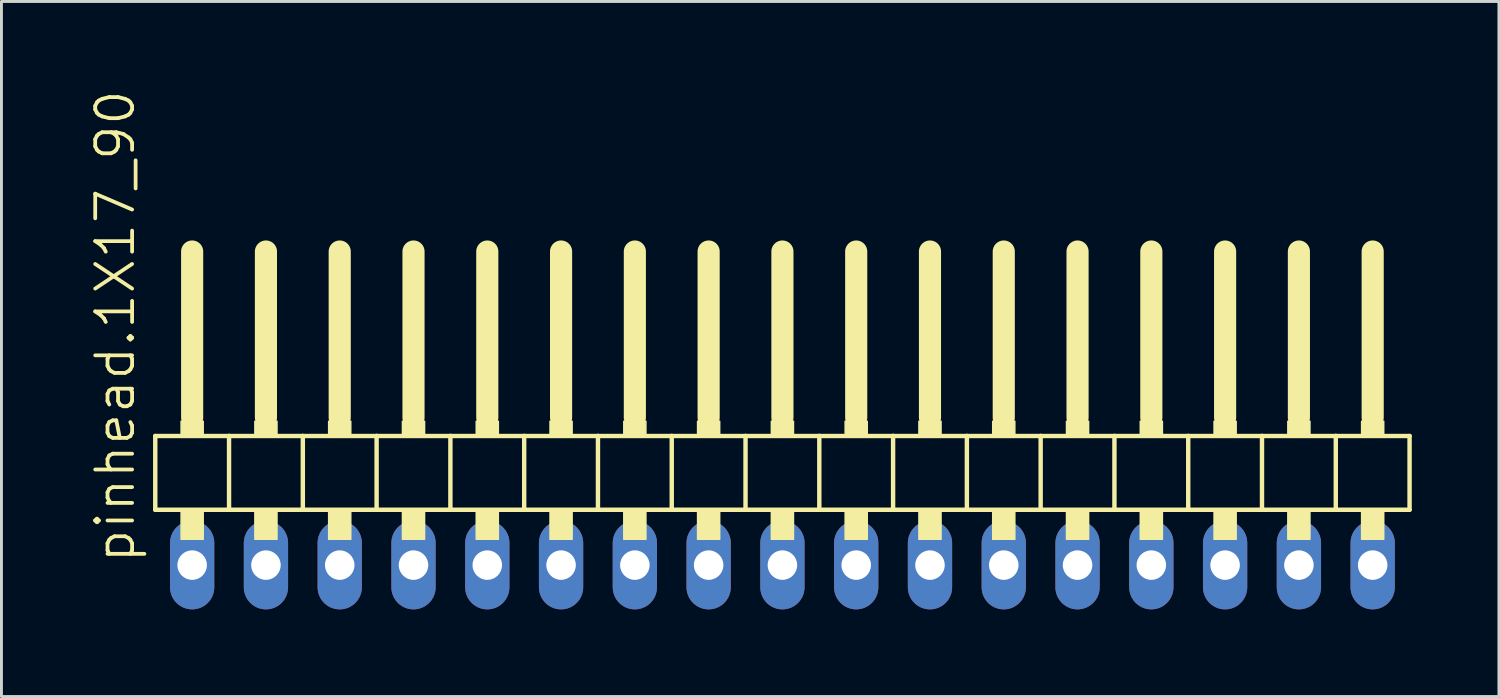
<source format=kicad_pcb>
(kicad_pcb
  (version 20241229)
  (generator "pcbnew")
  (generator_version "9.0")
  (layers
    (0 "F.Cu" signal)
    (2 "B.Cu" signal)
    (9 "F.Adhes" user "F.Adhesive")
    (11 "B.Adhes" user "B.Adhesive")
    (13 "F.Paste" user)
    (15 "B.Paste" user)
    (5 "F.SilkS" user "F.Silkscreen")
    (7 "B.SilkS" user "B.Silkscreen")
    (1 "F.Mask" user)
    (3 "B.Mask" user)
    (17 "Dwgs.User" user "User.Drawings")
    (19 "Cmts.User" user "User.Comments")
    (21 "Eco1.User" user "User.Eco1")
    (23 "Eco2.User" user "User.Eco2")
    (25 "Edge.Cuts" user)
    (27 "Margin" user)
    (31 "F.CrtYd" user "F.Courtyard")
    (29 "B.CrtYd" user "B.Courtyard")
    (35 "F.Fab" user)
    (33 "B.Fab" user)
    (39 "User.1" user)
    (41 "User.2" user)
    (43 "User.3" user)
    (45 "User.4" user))
  (footprint "pinhead.1X17_90"
    (layer "F.Cu")
    (at 23.885 12.594)
    (property "Reference" "pinhead.1X17_90" (at -22.225 3.81 90) (layer "F.SilkS") (effects (font (size 1.27 1.27) (thickness 0.13)) (justify left bottom)))
    (attr through_hole)
    (fp_line (start -21.59 -0.635) (end -21.59 1.905) (stroke (width 0.152) (type default)) (layer "F.SilkS"))
    (fp_line (start -21.59 1.905) (end -19.05 1.905) (stroke (width 0.152) (type default)) (layer "F.SilkS"))
    (fp_line (start -20.32 -6.985) (end -20.32 -1.27) (stroke (width 0.762) (type default)) (layer "F.SilkS"))
    (fp_line (start -19.05 -0.635) (end -21.59 -0.635) (stroke (width 0.152) (type default)) (layer "F.SilkS"))
    (fp_line (start -19.05 1.905) (end -19.05 -0.635) (stroke (width 0.152) (type default)) (layer "F.SilkS"))
    (fp_line (start -19.05 1.905) (end -16.51 1.905) (stroke (width 0.152) (type default)) (layer "F.SilkS"))
    (fp_line (start -17.78 -6.985) (end -17.78 -1.27) (stroke (width 0.762) (type default)) (layer "F.SilkS"))
    (fp_line (start -16.51 -0.635) (end -19.05 -0.635) (stroke (width 0.152) (type default)) (layer "F.SilkS"))
    (fp_line (start -16.51 1.905) (end -16.51 -0.635) (stroke (width 0.152) (type default)) (layer "F.SilkS"))
    (fp_line (start -16.51 1.905) (end -13.97 1.905) (stroke (width 0.152) (type default)) (layer "F.SilkS"))
    (fp_line (start -15.24 -6.985) (end -15.24 -1.27) (stroke (width 0.762) (type default)) (layer "F.SilkS"))
    (fp_line (start -13.97 -0.635) (end -16.51 -0.635) (stroke (width 0.152) (type default)) (layer "F.SilkS"))
    (fp_line (start -13.97 1.905) (end -13.97 -0.635) (stroke (width 0.152) (type default)) (layer "F.SilkS"))
    (fp_line (start -13.97 1.905) (end -11.43 1.905) (stroke (width 0.152) (type default)) (layer "F.SilkS"))
    (fp_line (start -12.7 -6.985) (end -12.7 -1.27) (stroke (width 0.762) (type default)) (layer "F.SilkS"))
    (fp_line (start -11.43 -0.635) (end -13.97 -0.635) (stroke (width 0.152) (type default)) (layer "F.SilkS"))
    (fp_line (start -11.43 1.905) (end -11.43 -0.635) (stroke (width 0.152) (type default)) (layer "F.SilkS"))
    (fp_line (start -11.43 1.905) (end -8.89 1.905) (stroke (width 0.152) (type default)) (layer "F.SilkS"))
    (fp_line (start -10.16 -6.985) (end -10.16 -1.27) (stroke (width 0.762) (type default)) (layer "F.SilkS"))
    (fp_line (start -8.89 -0.635) (end -11.43 -0.635) (stroke (width 0.152) (type default)) (layer "F.SilkS"))
    (fp_line (start -8.89 1.905) (end -8.89 -0.635) (stroke (width 0.152) (type default)) (layer "F.SilkS"))
    (fp_line (start -8.89 1.905) (end -6.35 1.905) (stroke (width 0.152) (type default)) (layer "F.SilkS"))
    (fp_line (start -7.62 -6.985) (end -7.62 -1.27) (stroke (width 0.762) (type default)) (layer "F.SilkS"))
    (fp_line (start -6.35 -0.635) (end -8.89 -0.635) (stroke (width 0.152) (type default)) (layer "F.SilkS"))
    (fp_line (start -6.35 1.905) (end -6.35 -0.635) (stroke (width 0.152) (type default)) (layer "F.SilkS"))
    (fp_line (start -6.35 1.905) (end -3.81 1.905) (stroke (width 0.152) (type default)) (layer "F.SilkS"))
    (fp_line (start -5.08 -6.985) (end -5.08 -1.27) (stroke (width 0.762) (type default)) (layer "F.SilkS"))
    (fp_line (start -3.81 -0.635) (end -6.35 -0.635) (stroke (width 0.152) (type default)) (layer "F.SilkS"))
    (fp_line (start -3.81 1.905) (end -3.81 -0.635) (stroke (width 0.152) (type default)) (layer "F.SilkS"))
    (fp_line (start -3.81 1.905) (end -1.27 1.905) (stroke (width 0.152) (type default)) (layer "F.SilkS"))
    (fp_line (start -2.54 -6.985) (end -2.54 -1.27) (stroke (width 0.762) (type default)) (layer "F.SilkS"))
    (fp_line (start -1.27 -0.635) (end -3.81 -0.635) (stroke (width 0.152) (type default)) (layer "F.SilkS"))
    (fp_line (start -1.27 1.905) (end -1.27 -0.635) (stroke (width 0.152) (type default)) (layer "F.SilkS"))
    (fp_line (start -1.27 1.905) (end 1.27 1.905) (stroke (width 0.152) (type default)) (layer "F.SilkS"))
    (fp_line (start 0 -6.985) (end 0 -1.27) (stroke (width 0.762) (type default)) (layer "F.SilkS"))
    (fp_line (start 1.27 -0.635) (end -1.27 -0.635) (stroke (width 0.152) (type default)) (layer "F.SilkS"))
    (fp_line (start 1.27 1.905) (end 1.27 -0.635) (stroke (width 0.152) (type default)) (layer "F.SilkS"))
    (fp_line (start 1.27 1.905) (end 3.81 1.905) (stroke (width 0.152) (type default)) (layer "F.SilkS"))
    (fp_line (start 2.54 -6.985) (end 2.54 -1.27) (stroke (width 0.762) (type default)) (layer "F.SilkS"))
    (fp_line (start 3.81 -0.635) (end 1.27 -0.635) (stroke (width 0.152) (type default)) (layer "F.SilkS"))
    (fp_line (start 3.81 1.905) (end 3.81 -0.635) (stroke (width 0.152) (type default)) (layer "F.SilkS"))
    (fp_line (start 3.81 1.905) (end 6.35 1.905) (stroke (width 0.152) (type default)) (layer "F.SilkS"))
    (fp_line (start 5.08 -6.985) (end 5.08 -1.27) (stroke (width 0.762) (type default)) (layer "F.SilkS"))
    (fp_line (start 6.35 -0.635) (end 3.81 -0.635) (stroke (width 0.152) (type default)) (layer "F.SilkS"))
    (fp_line (start 6.35 1.905) (end 6.35 -0.635) (stroke (width 0.152) (type default)) (layer "F.SilkS"))
    (fp_line (start 6.35 1.905) (end 8.89 1.905) (stroke (width 0.152) (type default)) (layer "F.SilkS"))
    (fp_line (start 7.62 -6.985) (end 7.62 -1.27) (stroke (width 0.762) (type default)) (layer "F.SilkS"))
    (fp_line (start 8.89 -0.635) (end 6.35 -0.635) (stroke (width 0.152) (type default)) (layer "F.SilkS"))
    (fp_line (start 8.89 1.905) (end 8.89 -0.635) (stroke (width 0.152) (type default)) (layer "F.SilkS"))
    (fp_line (start 8.89 1.905) (end 11.43 1.905) (stroke (width 0.152) (type default)) (layer "F.SilkS"))
    (fp_line (start 10.16 -6.985) (end 10.16 -1.27) (stroke (width 0.762) (type default)) (layer "F.SilkS"))
    (fp_line (start 11.43 -0.635) (end 8.89 -0.635) (stroke (width 0.152) (type default)) (layer "F.SilkS"))
    (fp_line (start 11.43 1.905) (end 11.43 -0.635) (stroke (width 0.152) (type default)) (layer "F.SilkS"))
    (fp_line (start 11.43 1.905) (end 13.97 1.905) (stroke (width 0.152) (type default)) (layer "F.SilkS"))
    (fp_line (start 12.7 -6.985) (end 12.7 -1.27) (stroke (width 0.762) (type default)) (layer "F.SilkS"))
    (fp_line (start 13.97 -0.635) (end 11.43 -0.635) (stroke (width 0.152) (type default)) (layer "F.SilkS"))
    (fp_line (start 13.97 1.905) (end 13.97 -0.635) (stroke (width 0.152) (type default)) (layer "F.SilkS"))
    (fp_line (start 13.97 1.905) (end 16.51 1.905) (stroke (width 0.152) (type default)) (layer "F.SilkS"))
    (fp_line (start 15.24 -6.985) (end 15.24 -1.27) (stroke (width 0.762) (type default)) (layer "F.SilkS"))
    (fp_line (start 16.51 -0.635) (end 13.97 -0.635) (stroke (width 0.152) (type default)) (layer "F.SilkS"))
    (fp_line (start 16.51 1.905) (end 16.51 -0.635) (stroke (width 0.152) (type default)) (layer "F.SilkS"))
    (fp_line (start 16.51 1.905) (end 19.05 1.905) (stroke (width 0.152) (type default)) (layer "F.SilkS"))
    (fp_line (start 17.78 -6.985) (end 17.78 -1.27) (stroke (width 0.762) (type default)) (layer "F.SilkS"))
    (fp_line (start 19.05 -0.635) (end 16.51 -0.635) (stroke (width 0.152) (type default)) (layer "F.SilkS"))
    (fp_line (start 19.05 1.905) (end 19.05 -0.635) (stroke (width 0.152) (type default)) (layer "F.SilkS"))
    (fp_line (start 19.05 1.905) (end 21.59 1.905) (stroke (width 0.152) (type default)) (layer "F.SilkS"))
    (fp_line (start 20.32 -6.985) (end 20.32 -1.27) (stroke (width 0.762) (type default)) (layer "F.SilkS"))
    (fp_line (start 21.59 -0.635) (end 19.05 -0.635) (stroke (width 0.152) (type default)) (layer "F.SilkS"))
    (fp_line (start 21.59 1.905) (end 21.59 -0.635) (stroke (width 0.152) (type default)) (layer "F.SilkS"))
    (fp_rect (start -20.701 -0.635) (end -19.939 -1.143) (stroke (width 0.05) (type default)) (fill yes) (layer "F.SilkS"))
    (fp_rect (start -20.701 2.921) (end -19.939 1.905) (stroke (width 0.05) (type default)) (fill yes) (layer "F.SilkS"))
    (fp_rect (start -18.161 -0.635) (end -17.399 -1.143) (stroke (width 0.05) (type default)) (fill yes) (layer "F.SilkS"))
    (fp_rect (start -18.161 2.921) (end -17.399 1.905) (stroke (width 0.05) (type default)) (fill yes) (layer "F.SilkS"))
    (fp_rect (start -15.621 -0.635) (end -14.859 -1.143) (stroke (width 0.05) (type default)) (fill yes) (layer "F.SilkS"))
    (fp_rect (start -15.621 2.921) (end -14.859 1.905) (stroke (width 0.05) (type default)) (fill yes) (layer "F.SilkS"))
    (fp_rect (start -13.081 -0.635) (end -12.319 -1.143) (stroke (width 0.05) (type default)) (fill yes) (layer "F.SilkS"))
    (fp_rect (start -13.081 2.921) (end -12.319 1.905) (stroke (width 0.05) (type default)) (fill yes) (layer "F.SilkS"))
    (fp_rect (start -10.541 -0.635) (end -9.779 -1.143) (stroke (width 0.05) (type default)) (fill yes) (layer "F.SilkS"))
    (fp_rect (start -10.541 2.921) (end -9.779 1.905) (stroke (width 0.05) (type default)) (fill yes) (layer "F.SilkS"))
    (fp_rect (start -8.001 -0.635) (end -7.239 -1.143) (stroke (width 0.05) (type default)) (fill yes) (layer "F.SilkS"))
    (fp_rect (start -8.001 2.921) (end -7.239 1.905) (stroke (width 0.05) (type default)) (fill yes) (layer "F.SilkS"))
    (fp_rect (start -5.461 -0.635) (end -4.699 -1.143) (stroke (width 0.05) (type default)) (fill yes) (layer "F.SilkS"))
    (fp_rect (start -5.461 2.921) (end -4.699 1.905) (stroke (width 0.05) (type default)) (fill yes) (layer "F.SilkS"))
    (fp_rect (start -2.921 -0.635) (end -2.159 -1.143) (stroke (width 0.05) (type default)) (fill yes) (layer "F.SilkS"))
    (fp_rect (start -2.921 2.921) (end -2.159 1.905) (stroke (width 0.05) (type default)) (fill yes) (layer "F.SilkS"))
    (fp_rect (start -0.381 -0.635) (end 0.381 -1.143) (stroke (width 0.05) (type default)) (fill yes) (layer "F.SilkS"))
    (fp_rect (start -0.381 2.921) (end 0.381 1.905) (stroke (width 0.05) (type default)) (fill yes) (layer "F.SilkS"))
    (fp_rect (start 2.159 -0.635) (end 2.921 -1.143) (stroke (width 0.05) (type default)) (fill yes) (layer "F.SilkS"))
    (fp_rect (start 2.159 2.921) (end 2.921 1.905) (stroke (width 0.05) (type default)) (fill yes) (layer "F.SilkS"))
    (fp_rect (start 4.699 -0.635) (end 5.461 -1.143) (stroke (width 0.05) (type default)) (fill yes) (layer "F.SilkS"))
    (fp_rect (start 4.699 2.921) (end 5.461 1.905) (stroke (width 0.05) (type default)) (fill yes) (layer "F.SilkS"))
    (fp_rect (start 7.239 -0.635) (end 8.001 -1.143) (stroke (width 0.05) (type default)) (fill yes) (layer "F.SilkS"))
    (fp_rect (start 7.239 2.921) (end 8.001 1.905) (stroke (width 0.05) (type default)) (fill yes) (layer "F.SilkS"))
    (fp_rect (start 9.779 -0.635) (end 10.541 -1.143) (stroke (width 0.05) (type default)) (fill yes) (layer "F.SilkS"))
    (fp_rect (start 9.779 2.921) (end 10.541 1.905) (stroke (width 0.05) (type default)) (fill yes) (layer "F.SilkS"))
    (fp_rect (start 12.319 -0.635) (end 13.081 -1.143) (stroke (width 0.05) (type default)) (fill yes) (layer "F.SilkS"))
    (fp_rect (start 12.319 2.921) (end 13.081 1.905) (stroke (width 0.05) (type default)) (fill yes) (layer "F.SilkS"))
    (fp_rect (start 14.859 -0.635) (end 15.621 -1.143) (stroke (width 0.05) (type default)) (fill yes) (layer "F.SilkS"))
    (fp_rect (start 14.859 2.921) (end 15.621 1.905) (stroke (width 0.05) (type default)) (fill yes) (layer "F.SilkS"))
    (fp_rect (start 17.399 -0.635) (end 18.161 -1.143) (stroke (width 0.05) (type default)) (fill yes) (layer "F.SilkS"))
    (fp_rect (start 17.399 2.921) (end 18.161 1.905) (stroke (width 0.05) (type default)) (fill yes) (layer "F.SilkS"))
    (fp_rect (start 19.939 -0.635) (end 20.701 -1.143) (stroke (width 0.05) (type default)) (fill yes) (layer "F.SilkS"))
    (fp_rect (start 19.939 2.921) (end 20.701 1.905) (stroke (width 0.05) (type default)) (fill yes) (layer "F.SilkS"))
    (pad "1" thru_hole oval (at -20.32 3.81 90) (size 3.048 1.524) (drill 1.016) (layers "*.Cu" "*.Mask"))
    (pad "2" thru_hole oval (at -17.78 3.81 90) (size 3.048 1.524) (drill 1.016) (layers "*.Cu" "*.Mask"))
    (pad "3" thru_hole oval (at -15.24 3.81 90) (size 3.048 1.524) (drill 1.016) (layers "*.Cu" "*.Mask"))
    (pad "4" thru_hole oval (at -12.7 3.81 90) (size 3.048 1.524) (drill 1.016) (layers "*.Cu" "*.Mask"))
    (pad "5" thru_hole oval (at -10.16 3.81 90) (size 3.048 1.524) (drill 1.016) (layers "*.Cu" "*.Mask"))
    (pad "6" thru_hole oval (at -7.62 3.81 90) (size 3.048 1.524) (drill 1.016) (layers "*.Cu" "*.Mask"))
    (pad "7" thru_hole oval (at -5.08 3.81 90) (size 3.048 1.524) (drill 1.016) (layers "*.Cu" "*.Mask"))
    (pad "8" thru_hole oval (at -2.54 3.81 90) (size 3.048 1.524) (drill 1.016) (layers "*.Cu" "*.Mask"))
    (pad "9" thru_hole oval (at 0 3.81 90) (size 3.048 1.524) (drill 1.016) (layers "*.Cu" "*.Mask"))
    (pad "10" thru_hole oval (at 2.54 3.81 90) (size 3.048 1.524) (drill 1.016) (layers "*.Cu" "*.Mask"))
    (pad "11" thru_hole oval (at 5.08 3.81 90) (size 3.048 1.524) (drill 1.016) (layers "*.Cu" "*.Mask"))
    (pad "12" thru_hole oval (at 7.62 3.81 90) (size 3.048 1.524) (drill 1.016) (layers "*.Cu" "*.Mask"))
    (pad "13" thru_hole oval (at 10.16 3.81 90) (size 3.048 1.524) (drill 1.016) (layers "*.Cu" "*.Mask"))
    (pad "14" thru_hole oval (at 12.7 3.81 90) (size 3.048 1.524) (drill 1.016) (layers "*.Cu" "*.Mask"))
    (pad "15" thru_hole oval (at 15.24 3.81 90) (size 3.048 1.524) (drill 1.016) (layers "*.Cu" "*.Mask"))
    (pad "16" thru_hole oval (at 17.78 3.81 90) (size 3.048 1.524) (drill 1.016) (layers "*.Cu" "*.Mask"))
    (pad "17" thru_hole oval (at 20.32 3.81 90) (size 3.048 1.524) (drill 1.016) (layers "*.Cu" "*.Mask")))
  (gr_rect
    (start -3 -3)
    (end 48.551 20.928)
    (stroke (width 0.1) (type default))
    (fill no)
    (layer "Edge.Cuts")))
</source>
